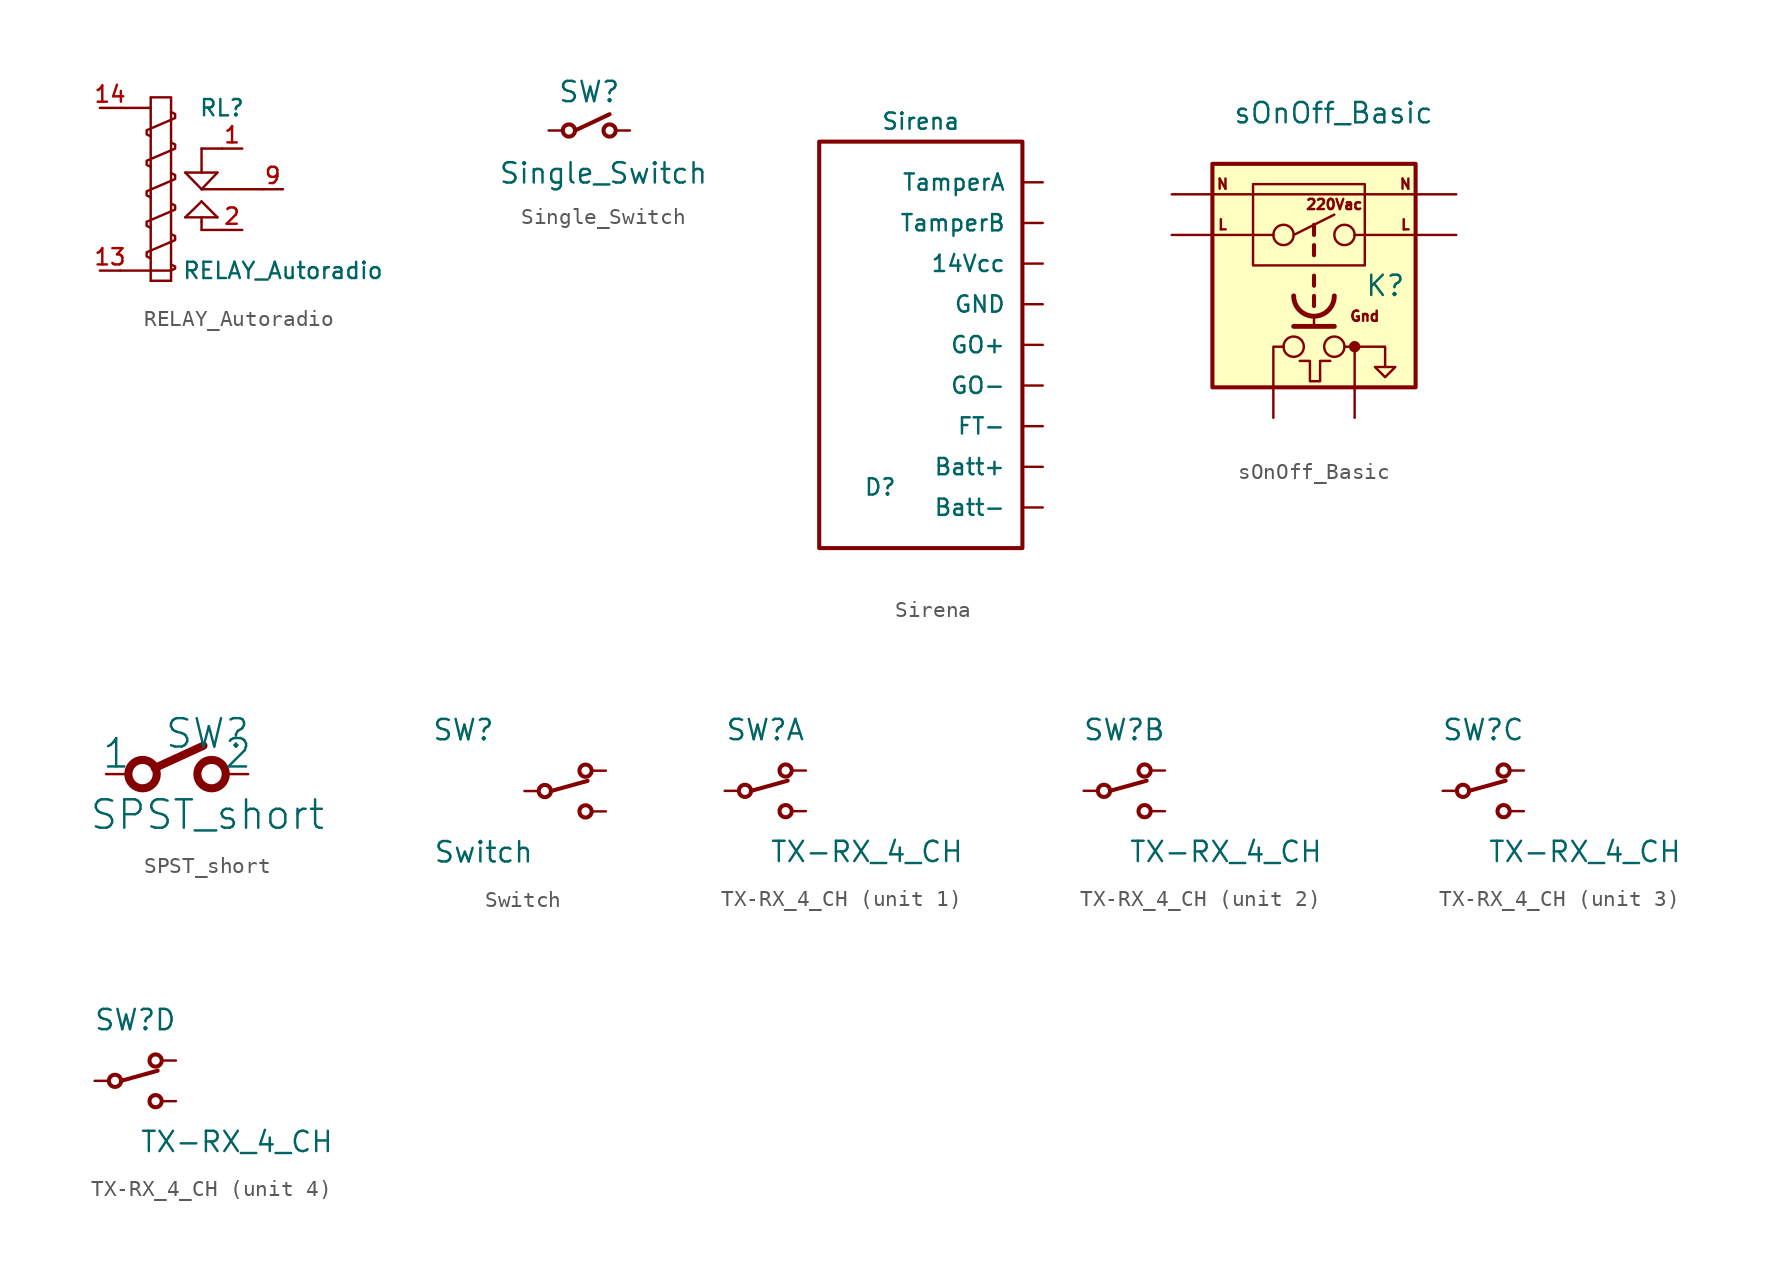
<source format=kicad_sym>
(kicad_symbol_lib
  (version 20211014)
  (generator kicad_symbol_editor)
  (symbol "RELAY_Autoradio"
    (pin_names
      (offset 1.016) hide)
    (property "Reference" "RL"
      (at 2.54 6.35 0)
      (effects (font (size 1.016 1.016))))
    (property "Value" "RELAY_Autoradio"
      (at 6.35 -3.81 0)
      (effects (font (size 1.016 1.016))))
    (property "Footprint" ""
      (at 0 0.508 0)
      (effects (font (size 1.524 1.524))))
    (property "Datasheet" ""
      (at 0 0.508 0)
      (effects (font (size 1.524 1.524))))
    (symbol "RELAY_Autoradio_0_1"
      (polyline (pts (xy -3.81 -3.81) (xy -1.905 -3.81)) (stroke (width 0) (type default) (color 0 0 0 0)) (fill (type none)))
      (polyline (pts (xy -3.81 6.35) (xy -1.905 6.35)) (stroke (width 0) (type default) (color 0 0 0 0)) (fill (type none)))
      (polyline (pts (xy -1.905 6.985) (xy -1.905 -4.445)) (stroke (width 0) (type default) (color 0 0 0 0)) (fill (type none)))
      (polyline (pts (xy -1.905 7.01) (xy -0.635 7.01)) (stroke (width 0) (type default) (color 0 0 0 0)) (fill (type none)))
      (polyline (pts (xy -0.635 -4.445) (xy -1.905 -4.445)) (stroke (width 0) (type default) (color 0 0 0 0)) (fill (type none)))
      (polyline (pts (xy -0.635 6.985) (xy -0.635 -4.445)) (stroke (width 0) (type default) (color 0 0 0 0)) (fill (type none)))
      (polyline (pts (xy 0.254 -0.483) (xy 2.261 -0.483)) (stroke (width 0) (type default) (color 0 0 0 0)) (fill (type none)))
      (polyline (pts (xy 0.254 2.311) (xy 2.261 2.311)) (stroke (width 0) (type default) (color 0 0 0 0)) (fill (type none)))
      (polyline (pts (xy 1.27 -1.27) (xy 1.27 -0.762)) (stroke (width 0) (type default) (color 0 0 0 0)) (fill (type none)))
      (polyline (pts (xy 1.27 -0.762) (xy 1.27 -0.483)) (stroke (width 0) (type default) (color 0 0 0 0)) (fill (type none)))
      (polyline (pts (xy 1.27 0.508) (xy 0.254 -0.483)) (stroke (width 0) (type default) (color 0 0 0 0)) (fill (type none)))
      (polyline (pts (xy 1.27 1.27) (xy 0.254 2.311)) (stroke (width 0) (type default) (color 0 0 0 0)) (fill (type none)))
      (polyline (pts (xy 1.27 1.27) (xy 5.08 1.27)) (stroke (width 0) (type default) (color 0 0 0 0)) (fill (type none)))
      (polyline (pts (xy 1.27 3.81) (xy 1.27 2.311)) (stroke (width 0) (type default) (color 0 0 0 0)) (fill (type none)))
      (polyline (pts (xy 1.27 3.81) (xy 2.54 3.81)) (stroke (width 0) (type default) (color 0 0 0 0)) (fill (type none)))
      (polyline (pts (xy 2.261 -0.483) (xy 1.27 0.508)) (stroke (width 0) (type default) (color 0 0 0 0)) (fill (type none)))
      (polyline (pts (xy 2.261 2.311) (xy 1.27 1.27)) (stroke (width 0) (type default) (color 0 0 0 0)) (fill (type none)))
      (polyline (pts (xy 2.54 -1.27) (xy 1.27 -1.27)) (stroke (width 0) (type default) (color 0 0 0 0)) (fill (type none)))
      (polyline (pts (xy -1.905 -3.81) (xy -0.635 -3.81) (xy -0.381 -3.683) (xy -0.381 -3.556) (xy -0.635 -3.429)) (stroke (width 0) (type default) (color 0 0 0 0)) (fill (type none)))
      (polyline (pts (xy -1.905 -3.048) (xy -2.159 -2.921) (xy -2.159 -2.667) (xy -0.381 -1.905) (xy -0.381 -1.651) (xy -0.635 -1.524)) (stroke (width 0) (type default) (color 0 0 0 0)) (fill (type none)))
      (polyline (pts (xy -1.905 -1.143) (xy -2.159 -1.016) (xy -2.159 -0.762) (xy -0.381 0) (xy -0.381 0.254) (xy -0.635 0.381)) (stroke (width 0) (type default) (color 0 0 0 0)) (fill (type none)))
      (polyline (pts (xy -1.905 0.762) (xy -2.159 0.889) (xy -2.159 1.143) (xy -0.381 1.905) (xy -0.381 2.159) (xy -0.635 2.286)) (stroke (width 0) (type default) (color 0 0 0 0)) (fill (type none)))
      (polyline (pts (xy -1.905 2.667) (xy -2.159 2.794) (xy -2.159 3.048) (xy -0.381 3.81) (xy -0.381 4.064) (xy -0.635 4.191)) (stroke (width 0) (type default) (color 0 0 0 0)) (fill (type none)))
      (polyline (pts (xy -1.905 4.572) (xy -2.159 4.699) (xy -2.159 4.953) (xy -0.381 5.715) (xy -0.381 5.969) (xy -0.635 6.096)) (stroke (width 0) (type default) (color 0 0 0 0)) (fill (type none))))
    (symbol "RELAY_Autoradio_1_1"
      (pin passive line (at 3.81 3.81 180) (length 1.27) (name "R1" (effects (font (size 1.016 1.016)))) (number "1" (effects (font (size 1.016 1.016)))))
      (pin input line (at -5.08 -3.81 0) (length 1.27) (name "13" (effects (font (size 1.016 1.016)))) (number "13" (effects (font (size 1.016 1.016)))))
      (pin input line (at -5.08 6.35 0) (length 1.27) (name "14" (effects (font (size 1.016 1.016)))) (number "14" (effects (font (size 1.016 1.016)))))
      (pin passive line (at 3.81 -1.27 180) (length 1.27) (name "T1" (effects (font (size 1.016 1.016)))) (number "2" (effects (font (size 1.016 1.016)))))
      (pin passive line (at 6.35 1.27 180) (length 1.27) (name "C1" (effects (font (size 1.016 1.016)))) (number "9" (effects (font (size 1.016 1.016)))))))
  (symbol "Single_Switch"
    (pin_numbers hide)
    (pin_names
      (offset 0) hide)
    (property "Reference" "SW"
      (at 2.54 2.413 0)
      (effects (font (size 1.27 1.27))))
    (property "Value" "Single_Switch"
      (at 3.429 -2.667 0)
      (effects (font (size 1.27 1.27))))
    (property "Footprint" ""
      (at 1.27 0 0)
      (effects (font (size 1.524 1.524))))
    (property "Datasheet" ""
      (at 1.27 0 0)
      (effects (font (size 1.524 1.524))))
    (symbol "Single_Switch_0_1"
      (polyline (pts (xy 1.651 0) (xy 3.81 1.016)) (stroke (width 0.254) (type default) (color 0 0 0 0)) (fill (type none)))
      (circle (center 1.27 0) (radius 0.381) (stroke (width 0.254) (type default) (color 0 0 0 0)) (fill (type none)))
      (circle (center 3.81 0) (radius 0.381) (stroke (width 0.254) (type default) (color 0 0 0 0)) (fill (type none))))
    (symbol "Single_Switch_1_1"
      (pin passive line (at 5.08 0 180) (length 0.762) (name "A" (effects (font (size 1.016 1.016)))) (number "1" (effects (font (size 1.016 1.016)))))
      (pin passive line (at 0 0 0) (length 0.762) (name "C" (effects (font (size 1.016 1.016)))) (number "2" (effects (font (size 1.016 1.016)))))))
  (symbol "Sirena"
    (pin_names
      (offset 1.016))
    (property "Reference" "D"
      (at -3.81 -17.78 0)
      (effects (font (size 1.016 1.016))))
    (property "Value" "Sirena"
      (at -1.27 5.08 0)
      (effects (font (size 1.016 1.016))))
    (property "Footprint" ""
      (at 0 -0.635 0)
      (effects (font (size 1.524 1.524))))
    (property "Datasheet" ""
      (at 0 -0.635 0)
      (effects (font (size 1.524 1.524))))
    (symbol "Sirena_0_1"
      (rectangle (start -7.62 3.81) (end 5.08 -21.59) (stroke (width 0.254) (type default) (color 0 0 0 0)) (fill (type none)))
      (pin passive line (at 6.35 -3.81 180) (length 1.27) (name "14Vcc" (effects (font (size 1.016 1.016)))) (number "~" (effects (font (size 1.016 1.016)))))
      (pin passive line (at 6.35 -16.51 180) (length 1.27) (name "Batt+" (effects (font (size 1.016 1.016)))) (number "~" (effects (font (size 1.016 1.016)))))
      (pin passive line (at 6.35 -19.05 180) (length 1.27) (name "Batt-" (effects (font (size 1.016 1.016)))) (number "~" (effects (font (size 1.016 1.016)))))
      (pin passive line (at 6.35 -6.35 180) (length 1.27) (name "GND" (effects (font (size 1.016 1.016)))) (number "~" (effects (font (size 1.016 1.016)))))
      (pin passive line (at 6.35 -8.89 180) (length 1.27) (name "GO+" (effects (font (size 1.016 1.016)))) (number "~" (effects (font (size 1.016 1.016)))))
      (pin passive line (at 6.35 -11.43 180) (length 1.27) (name "GO-" (effects (font (size 1.016 1.016)))) (number "~" (effects (font (size 1.016 1.016)))))
      (pin passive line (at 6.35 1.27 180) (length 1.27) (name "TamperA" (effects (font (size 1.016 1.016)))) (number "~" (effects (font (size 1.016 1.016)))))
      (pin passive line (at 6.35 -1.27 180) (length 1.27) (name "TamperB" (effects (font (size 1.016 1.016)))) (number "~" (effects (font (size 1.016 1.016))))))
    (symbol "Sirena_1_1"
      (pin passive line (at 6.35 -13.97 180) (length 1.27) (name "FT-" (effects (font (size 1.016 1.016)))) (number "~" (effects (font (size 1.016 1.016)))))))
  (symbol "sOnOff_Basic"
    (pin_names
      (offset 1.016))
    (property "Reference" "K"
      (at 3.175 -0.635 0)
      (effects (font (size 1.27 1.27)) (justify left)))
    (property "Value" "sOnOff_Basic"
      (at -5.08 10.16 0)
      (effects (font (size 1.27 1.27)) (justify left)))
    (symbol "sOnOff_Basic_0_0"
      (circle (center -1.27 -4.445) (radius 0.635) (stroke (width 0) (type default) (color 0 0 0 0)) (fill (type none)))
      (polyline (pts (xy -6.35 2.54) (xy -2.54 2.54)) (stroke (width 0) (type default) (color 0 0 0 0)) (fill (type none)))
      (polyline (pts (xy -1.905 -4.445) (xy -2.54 -4.445) (xy -2.54 -6.985)) (stroke (width 0) (type default) (color 0 0 0 0)) (fill (type none)))
      (polyline (pts (xy 1.905 -4.445) (xy 2.54 -4.445) (xy 2.54 -6.985)) (stroke (width 0) (type default) (color 0 0 0 0)) (fill (type none)))
      (polyline (pts (xy -3.81 5.715) (xy -3.81 0.635) (xy 3.175 0.635) (xy 3.175 5.715) (xy -3.81 5.715)) (stroke (width 0) (type default) (color 0 0 0 0)) (fill (type none)))
      (circle (center 1.27 -4.445) (radius 0.635) (stroke (width 0) (type default) (color 0 0 0 0)) (fill (type none)))
      (text "220Vac" (at 1.27 4.445 0) (effects (font (size 0.635 0.635))))
      (text "Gnd" (at 3.175 -2.54 0) (effects (font (size 0.635 0.635))))
      (text "L" (at -5.715 3.175 0) (effects (font (size 0.635 0.635))))
      (text "L" (at 5.715 3.175 0) (effects (font (size 0.635 0.635))))
      (text "N" (at -5.715 5.715 0) (effects (font (size 0.635 0.635))))
      (text "N" (at 5.715 5.715 0) (effects (font (size 0.635 0.635)))))
    (symbol "sOnOff_Basic_0_1"
      (rectangle (start -6.35 6.985) (end 6.35 -6.985) (stroke (width 0.254) (type default) (color 0 0 0 0)) (fill (type background)))
      (circle (center -1.905 2.54) (radius 0.635) (stroke (width 0) (type default) (color 0 0 0 0)) (fill (type none)))
      (arc (start -1.27 -1.27) (mid 0 -2.54) (end 1.27 -1.27) (stroke (width 0.3048) (type default) (color 0 0 0 0)) (fill (type none)))
      (polyline (pts (xy -6.35 5.08) (xy 6.35 5.08)) (stroke (width 0) (type default) (color 0 0 0 0)) (fill (type none)))
      (polyline (pts (xy -1.27 2.54) (xy 1.27 3.81)) (stroke (width 0) (type default) (color 0 0 0 0)) (fill (type none)))
      (polyline (pts (xy 0 -2.54) (xy 0 -3.175)) (stroke (width 0) (type default) (color 0 0 0 0)) (fill (type none)))
      (polyline (pts (xy 0 -1.27) (xy 0 -1.905)) (stroke (width 0.254) (type default) (color 0 0 0 0)) (fill (type none)))
      (polyline (pts (xy 0 0) (xy 0 -0.635)) (stroke (width 0.254) (type default) (color 0 0 0 0)) (fill (type none)))
      (polyline (pts (xy 0 1.905) (xy 0 1.27)) (stroke (width 0.254) (type default) (color 0 0 0 0)) (fill (type none)))
      (polyline (pts (xy 0 3.175) (xy 0 2.54)) (stroke (width 0.254) (type default) (color 0 0 0 0)) (fill (type none)))
      (polyline (pts (xy 1.27 -3.175) (xy -1.27 -3.175)) (stroke (width 0.305) (type default) (color 0 0 0 0)) (fill (type none)))
      (polyline (pts (xy 2.54 2.54) (xy 6.35 2.54)) (stroke (width 0) (type default) (color 0 0 0 0)) (fill (type none)))
      (polyline (pts (xy 2.54 -4.445) (xy 4.445 -4.445) (xy 4.445 -5.715)) (stroke (width 0) (type default) (color 0 0 0 0)) (fill (type none)))
      (polyline (pts (xy 3.81 -5.715) (xy 5.08 -5.715) (xy 4.445 -6.35) (xy 3.81 -5.715)) (stroke (width 0) (type default) (color 0 0 0 0)) (fill (type none)))
      (polyline (pts (xy -0.889 -5.334) (xy -0.254 -5.334) (xy -0.254 -6.604) (xy 0.381 -6.604) (xy 0.381 -5.334) (xy 1.016 -5.334)) (stroke (width 0) (type default) (color 0 0 0 0)) (fill (type none)))
      (circle (center 1.905 2.54) (radius 0.635) (stroke (width 0) (type default) (color 0 0 0 0)) (fill (type none)))
      (circle (center 2.54 -4.445) (radius 0.279) (stroke (width 0) (type default) (color 0 0 0 0)) (fill (type outline))))
    (symbol "sOnOff_Basic_1_1"
      (pin power_in line (at -8.89 2.54 0) (length 2.54) (name "~" (effects (font (size 1.27 1.27)))) (number "~" (effects (font (size 1.27 1.27)))))
      (pin power_in line (at -8.89 5.08 0) (length 2.54) (name "~" (effects (font (size 1.27 1.27)))) (number "~" (effects (font (size 1.27 1.27)))))
      (pin passive line (at -2.54 -8.89 90) (length 1.905) (name "~" (effects (font (size 1.27 1.27)))) (number "~" (effects (font (size 1.27 1.27)))))
      (pin passive line (at 2.54 -8.89 90) (length 1.905) (name "~" (effects (font (size 1.27 1.27)))) (number "~" (effects (font (size 1.27 1.27)))))
      (pin power_out line (at 8.89 2.54 180) (length 2.54) (name "~" (effects (font (size 1.27 1.27)))) (number "~" (effects (font (size 1.27 1.27)))))
      (pin power_out line (at 8.89 5.08 180) (length 2.54) (name "~" (effects (font (size 1.27 1.27)))) (number "~" (effects (font (size 1.27 1.27)))))))
  (symbol "SPST_short"
    (pin_numbers hide)
    (pin_names
      (offset 0))
    (property "Reference" "SW"
      (at 0 2.54 0)
      (effects (font (size 1.778 1.778))))
    (property "Value" "SPST_short"
      (at 0 -2.54 0)
      (effects (font (size 1.778 1.778))))
    (property "Footprint" ""
      (at 0 0 0)
      (effects (font (size 1.524 1.524))))
    (property "Datasheet" ""
      (at 0 0 0)
      (effects (font (size 1.524 1.524))))
    (symbol "SPST_short_0_0"
      (circle (center -4.064 0) (radius 0.889) (stroke (width 0.508) (type default) (color 0 0 0 0)) (fill (type none)))
      (polyline (pts (xy -3.302 0.381) (xy -0.254 1.778)) (stroke (width 0.508) (type default) (color 0 0 0 0)) (fill (type none)))
      (circle (center 0.254 0) (radius 0.889) (stroke (width 0.508) (type default) (color 0 0 0 0)) (fill (type none))))
    (symbol "SPST_short_1_1"
      (pin input line (at -6.35 0 0) (length 1.27) (name "1" (effects (font (size 1.778 1.778)))) (number "1" (effects (font (size 1.778 1.778)))))
      (pin input line (at 2.54 0 180) (length 1.27) (name "2" (effects (font (size 1.778 1.778)))) (number "2" (effects (font (size 1.778 1.778)))))))
  (symbol "Switch"
    (pin_numbers hide)
    (pin_names
      (offset 0) hide)
    (property "Reference" "SW"
      (at -5.08 3.81 0)
      (effects (font (size 1.27 1.27))))
    (property "Value" "Switch"
      (at -3.81 -3.81 0)
      (effects (font (size 1.27 1.27))))
    (property "Footprint" ""
      (at 0 0 0)
      (effects (font (size 1.524 1.524))))
    (property "Datasheet" ""
      (at 0 0 0)
      (effects (font (size 1.524 1.524))))
    (symbol "Switch_0_1"
      (polyline (pts (xy 0.381 0) (xy 2.667 0.635)) (stroke (width 0.254) (type default) (color 0 0 0 0)) (fill (type none)))
      (circle (center 0 0) (radius 0.381) (stroke (width 0.254) (type default) (color 0 0 0 0)) (fill (type none)))
      (circle (center 2.54 -1.27) (radius 0.381) (stroke (width 0.254) (type default) (color 0 0 0 0)) (fill (type none)))
      (circle (center 2.54 1.27) (radius 0.381) (stroke (width 0.254) (type default) (color 0 0 0 0)) (fill (type none))))
    (symbol "Switch_1_1"
      (pin passive line (at 3.81 1.27 180) (length 0.762) (name "A" (effects (font (size 1.016 1.016)))) (number "1" (effects (font (size 1.016 1.016)))))
      (pin passive line (at -1.27 0 0) (length 0.762) (name "C" (effects (font (size 1.016 1.016)))) (number "2" (effects (font (size 1.016 1.016)))))
      (pin passive line (at 3.81 -1.27 180) (length 0.762) (name "B" (effects (font (size 1.016 1.016)))) (number "3" (effects (font (size 1.016 1.016)))))))
  (symbol "TX-RX_4_CH"
    (pin_numbers hide)
    (pin_names
      (offset 0) hide)
    (property "Reference" "SW"
      (at 2.54 3.81 0)
      (effects (font (size 1.27 1.27))))
    (property "Value" "TX-RX_4_CH"
      (at 8.89 -3.81 0)
      (effects (font (size 1.27 1.27))))
    (property "Footprint" ""
      (at 1.27 0 0)
      (effects (font (size 1.524 1.524))))
    (property "Datasheet" ""
      (at 1.27 0 0)
      (effects (font (size 1.524 1.524))))
    (symbol "TX-RX_4_CH_0_1"
      (polyline (pts (xy 1.651 0) (xy 3.937 0.635)) (stroke (width 0.254) (type default) (color 0 0 0 0)) (fill (type none)))
      (circle (center 1.27 0) (radius 0.381) (stroke (width 0.254) (type default) (color 0 0 0 0)) (fill (type none)))
      (circle (center 3.81 -1.27) (radius 0.381) (stroke (width 0.254) (type default) (color 0 0 0 0)) (fill (type none)))
      (circle (center 3.81 1.27) (radius 0.381) (stroke (width 0.254) (type default) (color 0 0 0 0)) (fill (type none))))
    (symbol "TX-RX_4_CH_1_1"
      (pin passive line (at 5.08 1.27 180) (length 0.762) (name "A" (effects (font (size 1.016 1.016)))) (number "1" (effects (font (size 1.016 1.016)))))
      (pin passive line (at 0 0 0) (length 0.762) (name "C" (effects (font (size 1.016 1.016)))) (number "2" (effects (font (size 1.016 1.016)))))
      (pin passive line (at 5.08 -1.27 180) (length 0.762) (name "B" (effects (font (size 1.016 1.016)))) (number "3" (effects (font (size 1.016 1.016))))))
    (symbol "TX-RX_4_CH_2_1"
      (pin passive line (at 5.08 1.27 180) (length 0.762) (name "A" (effects (font (size 1.016 1.016)))) (number "1" (effects (font (size 1.016 1.016)))))
      (pin passive line (at 0 0 0) (length 0.762) (name "C" (effects (font (size 1.016 1.016)))) (number "2" (effects (font (size 1.016 1.016)))))
      (pin passive line (at 5.08 -1.27 180) (length 0.762) (name "B" (effects (font (size 1.016 1.016)))) (number "3" (effects (font (size 1.016 1.016))))))
    (symbol "TX-RX_4_CH_3_1"
      (pin passive line (at 5.08 1.27 180) (length 0.762) (name "A" (effects (font (size 1.016 1.016)))) (number "1" (effects (font (size 1.016 1.016)))))
      (pin passive line (at 0 0 0) (length 0.762) (name "C" (effects (font (size 1.016 1.016)))) (number "2" (effects (font (size 1.016 1.016)))))
      (pin passive line (at 5.08 -1.27 180) (length 0.762) (name "B" (effects (font (size 1.016 1.016)))) (number "3" (effects (font (size 1.016 1.016))))))
    (symbol "TX-RX_4_CH_4_1"
      (pin passive line (at 5.08 1.27 180) (length 0.762) (name "A" (effects (font (size 1.016 1.016)))) (number "1" (effects (font (size 1.016 1.016)))))
      (pin passive line (at 0 0 0) (length 0.762) (name "C" (effects (font (size 1.016 1.016)))) (number "2" (effects (font (size 1.016 1.016)))))
      (pin passive line (at 5.08 -1.27 180) (length 0.762) (name "B" (effects (font (size 1.016 1.016)))) (number "3" (effects (font (size 1.016 1.016))))))))
</source>
